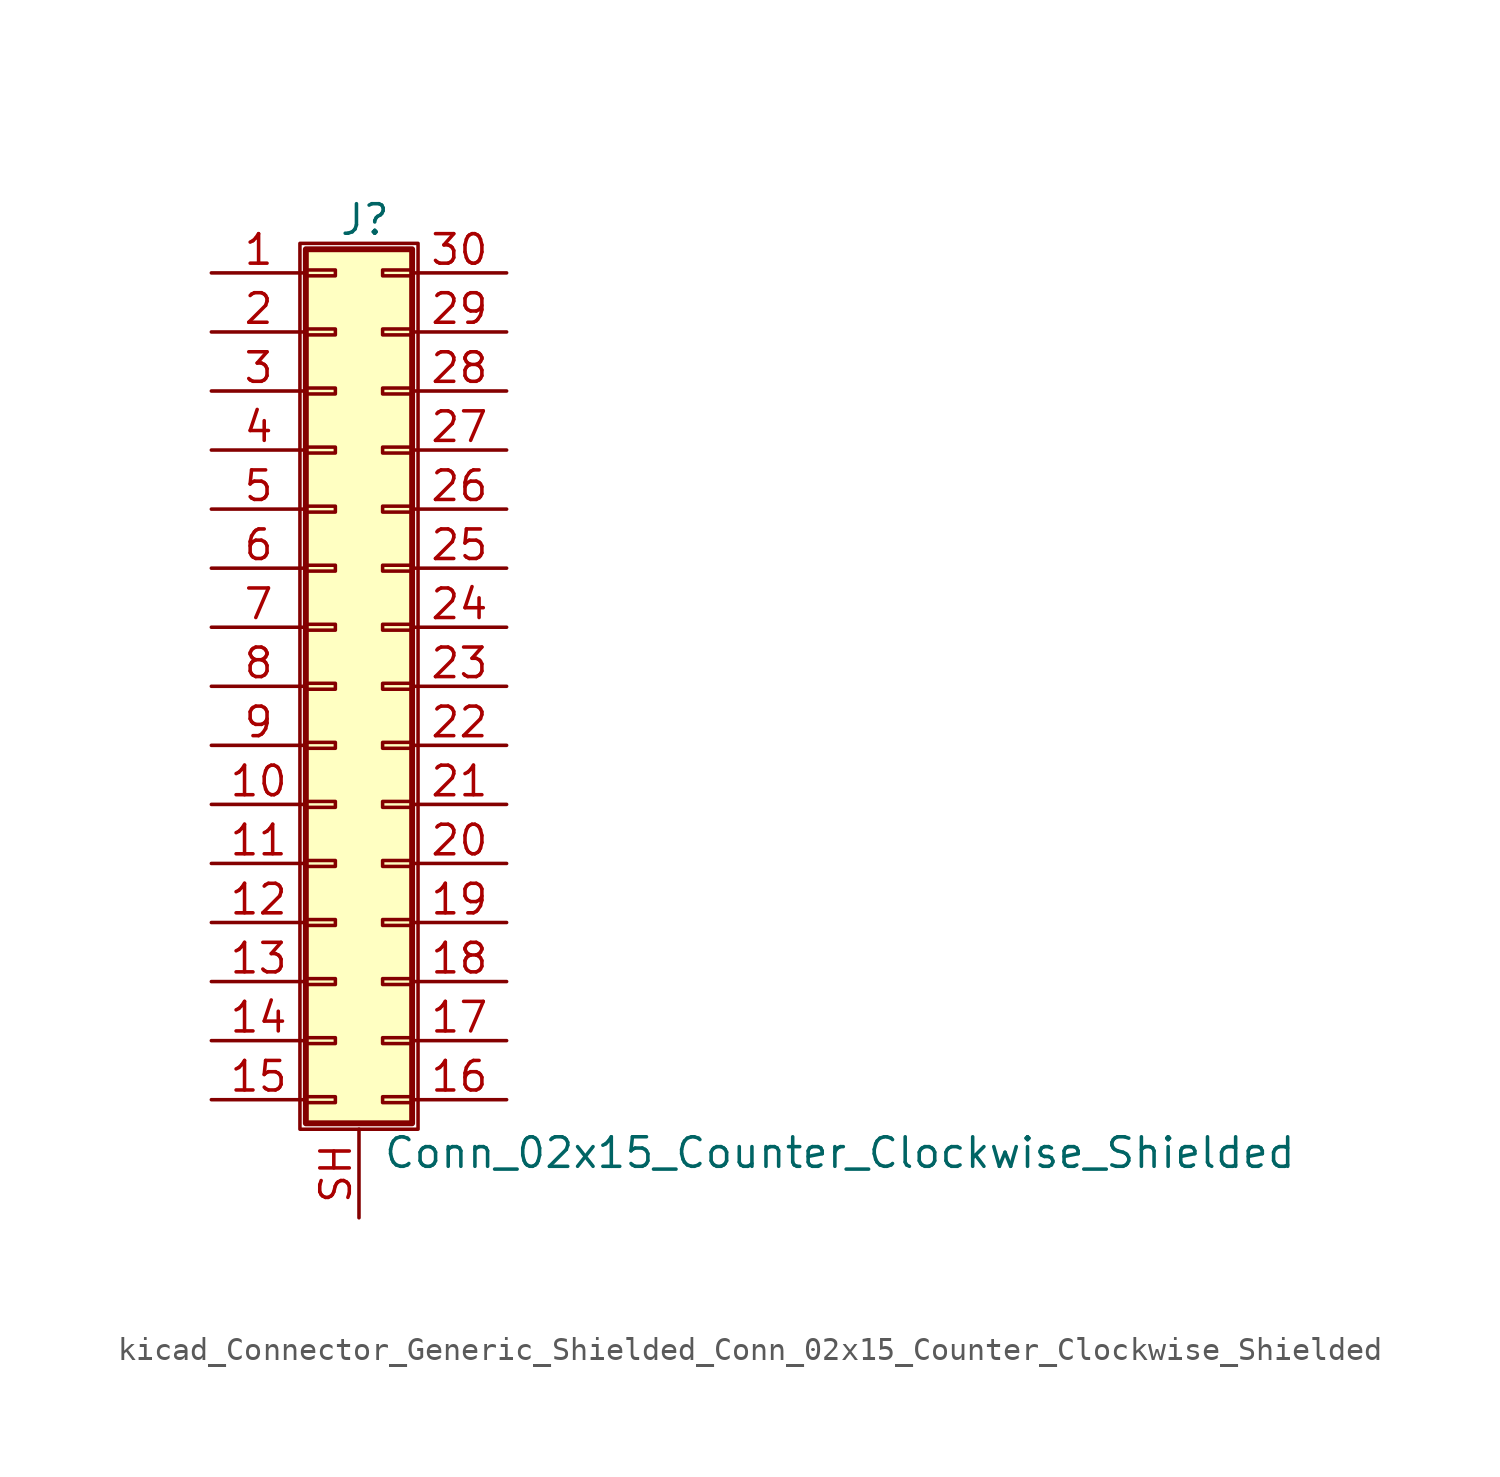
<source format=kicad_sym>
(kicad_symbol_lib
  (version 20220914)
  (generator kicad_symbol_editor)
  (symbol "kicad_Connector_Generic_Shielded_Conn_02x15_Counter_Clockwise_Shielded"
    (pin_names
      (offset 1.016) hide)
    (property "Reference" "J"
      (at 1.524 20.066 0)
      (effects (font (size 1.27 1.27))))
    (property "Value" "Conn_02x15_Counter_Clockwise_Shielded"
      (at 2.286 -20.066 0)
      (effects (font (size 1.27 1.27)) (justify left)))
    (symbol "kicad_Connector_Generic_Shielded_Conn_02x15_Counter_Clockwise_Shielded_1_1"
      (rectangle (start -1.27 19.05) (end 3.81 -19.05) (stroke (width 0.152) (type default)) (fill (type none)))
      (rectangle (start -1.016 -17.653) (end 0.254 -17.907) (stroke (width 0.152) (type default)) (fill (type none)))
      (rectangle (start -1.016 -15.113) (end 0.254 -15.367) (stroke (width 0.152) (type default)) (fill (type none)))
      (rectangle (start -1.016 -12.573) (end 0.254 -12.827) (stroke (width 0.152) (type default)) (fill (type none)))
      (rectangle (start -1.016 -10.033) (end 0.254 -10.287) (stroke (width 0.152) (type default)) (fill (type none)))
      (rectangle (start -1.016 -7.493) (end 0.254 -7.747) (stroke (width 0.152) (type default)) (fill (type none)))
      (rectangle (start -1.016 -4.953) (end 0.254 -5.207) (stroke (width 0.152) (type default)) (fill (type none)))
      (rectangle (start -1.016 -2.413) (end 0.254 -2.667) (stroke (width 0.152) (type default)) (fill (type none)))
      (rectangle (start -1.016 0.127) (end 0.254 -0.127) (stroke (width 0.152) (type default)) (fill (type none)))
      (rectangle (start -1.016 2.667) (end 0.254 2.413) (stroke (width 0.152) (type default)) (fill (type none)))
      (rectangle (start -1.016 5.207) (end 0.254 4.953) (stroke (width 0.152) (type default)) (fill (type none)))
      (rectangle (start -1.016 7.747) (end 0.254 7.493) (stroke (width 0.152) (type default)) (fill (type none)))
      (rectangle (start -1.016 10.287) (end 0.254 10.033) (stroke (width 0.152) (type default)) (fill (type none)))
      (rectangle (start -1.016 12.827) (end 0.254 12.573) (stroke (width 0.152) (type default)) (fill (type none)))
      (rectangle (start -1.016 15.367) (end 0.254 15.113) (stroke (width 0.152) (type default)) (fill (type none)))
      (rectangle (start -1.016 17.907) (end 0.254 17.653) (stroke (width 0.152) (type default)) (fill (type none)))
      (rectangle (start -1.016 18.796) (end 3.556 -18.796) (stroke (width 0.254) (type default)) (fill (type background)))
      (rectangle (start 3.556 -17.653) (end 2.286 -17.907) (stroke (width 0.152) (type default)) (fill (type none)))
      (rectangle (start 3.556 -15.113) (end 2.286 -15.367) (stroke (width 0.152) (type default)) (fill (type none)))
      (rectangle (start 3.556 -12.573) (end 2.286 -12.827) (stroke (width 0.152) (type default)) (fill (type none)))
      (rectangle (start 3.556 -10.033) (end 2.286 -10.287) (stroke (width 0.152) (type default)) (fill (type none)))
      (rectangle (start 3.556 -7.493) (end 2.286 -7.747) (stroke (width 0.152) (type default)) (fill (type none)))
      (rectangle (start 3.556 -4.953) (end 2.286 -5.207) (stroke (width 0.152) (type default)) (fill (type none)))
      (rectangle (start 3.556 -2.413) (end 2.286 -2.667) (stroke (width 0.152) (type default)) (fill (type none)))
      (rectangle (start 3.556 0.127) (end 2.286 -0.127) (stroke (width 0.152) (type default)) (fill (type none)))
      (rectangle (start 3.556 2.667) (end 2.286 2.413) (stroke (width 0.152) (type default)) (fill (type none)))
      (rectangle (start 3.556 5.207) (end 2.286 4.953) (stroke (width 0.152) (type default)) (fill (type none)))
      (rectangle (start 3.556 7.747) (end 2.286 7.493) (stroke (width 0.152) (type default)) (fill (type none)))
      (rectangle (start 3.556 10.287) (end 2.286 10.033) (stroke (width 0.152) (type default)) (fill (type none)))
      (rectangle (start 3.556 12.827) (end 2.286 12.573) (stroke (width 0.152) (type default)) (fill (type none)))
      (rectangle (start 3.556 15.367) (end 2.286 15.113) (stroke (width 0.152) (type default)) (fill (type none)))
      (rectangle (start 3.556 17.907) (end 2.286 17.653) (stroke (width 0.152) (type default)) (fill (type none)))
      (pin passive line (at -5.08 17.78 0) (length 4.064) (name "Pin_1" (effects (font (size 1.27 1.27)))) (number "1" (effects (font (size 1.27 1.27)))))
      (pin passive line (at -5.08 -5.08 0) (length 4.064) (name "Pin_10" (effects (font (size 1.27 1.27)))) (number "10" (effects (font (size 1.27 1.27)))))
      (pin passive line (at -5.08 -7.62 0) (length 4.064) (name "Pin_11" (effects (font (size 1.27 1.27)))) (number "11" (effects (font (size 1.27 1.27)))))
      (pin passive line (at -5.08 -10.16 0) (length 4.064) (name "Pin_12" (effects (font (size 1.27 1.27)))) (number "12" (effects (font (size 1.27 1.27)))))
      (pin passive line (at -5.08 -12.7 0) (length 4.064) (name "Pin_13" (effects (font (size 1.27 1.27)))) (number "13" (effects (font (size 1.27 1.27)))))
      (pin passive line (at -5.08 -15.24 0) (length 4.064) (name "Pin_14" (effects (font (size 1.27 1.27)))) (number "14" (effects (font (size 1.27 1.27)))))
      (pin passive line (at -5.08 -17.78 0) (length 4.064) (name "Pin_15" (effects (font (size 1.27 1.27)))) (number "15" (effects (font (size 1.27 1.27)))))
      (pin passive line (at 7.62 -17.78 180) (length 4.064) (name "Pin_16" (effects (font (size 1.27 1.27)))) (number "16" (effects (font (size 1.27 1.27)))))
      (pin passive line (at 7.62 -15.24 180) (length 4.064) (name "Pin_17" (effects (font (size 1.27 1.27)))) (number "17" (effects (font (size 1.27 1.27)))))
      (pin passive line (at 7.62 -12.7 180) (length 4.064) (name "Pin_18" (effects (font (size 1.27 1.27)))) (number "18" (effects (font (size 1.27 1.27)))))
      (pin passive line (at 7.62 -10.16 180) (length 4.064) (name "Pin_19" (effects (font (size 1.27 1.27)))) (number "19" (effects (font (size 1.27 1.27)))))
      (pin passive line (at -5.08 15.24 0) (length 4.064) (name "Pin_2" (effects (font (size 1.27 1.27)))) (number "2" (effects (font (size 1.27 1.27)))))
      (pin passive line (at 7.62 -7.62 180) (length 4.064) (name "Pin_20" (effects (font (size 1.27 1.27)))) (number "20" (effects (font (size 1.27 1.27)))))
      (pin passive line (at 7.62 -5.08 180) (length 4.064) (name "Pin_21" (effects (font (size 1.27 1.27)))) (number "21" (effects (font (size 1.27 1.27)))))
      (pin passive line (at 7.62 -2.54 180) (length 4.064) (name "Pin_22" (effects (font (size 1.27 1.27)))) (number "22" (effects (font (size 1.27 1.27)))))
      (pin passive line (at 7.62 0 180) (length 4.064) (name "Pin_23" (effects (font (size 1.27 1.27)))) (number "23" (effects (font (size 1.27 1.27)))))
      (pin passive line (at 7.62 2.54 180) (length 4.064) (name "Pin_24" (effects (font (size 1.27 1.27)))) (number "24" (effects (font (size 1.27 1.27)))))
      (pin passive line (at 7.62 5.08 180) (length 4.064) (name "Pin_25" (effects (font (size 1.27 1.27)))) (number "25" (effects (font (size 1.27 1.27)))))
      (pin passive line (at 7.62 7.62 180) (length 4.064) (name "Pin_26" (effects (font (size 1.27 1.27)))) (number "26" (effects (font (size 1.27 1.27)))))
      (pin passive line (at 7.62 10.16 180) (length 4.064) (name "Pin_27" (effects (font (size 1.27 1.27)))) (number "27" (effects (font (size 1.27 1.27)))))
      (pin passive line (at 7.62 12.7 180) (length 4.064) (name "Pin_28" (effects (font (size 1.27 1.27)))) (number "28" (effects (font (size 1.27 1.27)))))
      (pin passive line (at 7.62 15.24 180) (length 4.064) (name "Pin_29" (effects (font (size 1.27 1.27)))) (number "29" (effects (font (size 1.27 1.27)))))
      (pin passive line (at -5.08 12.7 0) (length 4.064) (name "Pin_3" (effects (font (size 1.27 1.27)))) (number "3" (effects (font (size 1.27 1.27)))))
      (pin passive line (at 7.62 17.78 180) (length 4.064) (name "Pin_30" (effects (font (size 1.27 1.27)))) (number "30" (effects (font (size 1.27 1.27)))))
      (pin passive line (at -5.08 10.16 0) (length 4.064) (name "Pin_4" (effects (font (size 1.27 1.27)))) (number "4" (effects (font (size 1.27 1.27)))))
      (pin passive line (at -5.08 7.62 0) (length 4.064) (name "Pin_5" (effects (font (size 1.27 1.27)))) (number "5" (effects (font (size 1.27 1.27)))))
      (pin passive line (at -5.08 5.08 0) (length 4.064) (name "Pin_6" (effects (font (size 1.27 1.27)))) (number "6" (effects (font (size 1.27 1.27)))))
      (pin passive line (at -5.08 2.54 0) (length 4.064) (name "Pin_7" (effects (font (size 1.27 1.27)))) (number "7" (effects (font (size 1.27 1.27)))))
      (pin passive line (at -5.08 0 0) (length 4.064) (name "Pin_8" (effects (font (size 1.27 1.27)))) (number "8" (effects (font (size 1.27 1.27)))))
      (pin passive line (at -5.08 -2.54 0) (length 4.064) (name "Pin_9" (effects (font (size 1.27 1.27)))) (number "9" (effects (font (size 1.27 1.27)))))
      (pin passive line (at 1.27 -22.86 90) (length 3.81) (name "Shield" (effects (font (size 1.27 1.27)))) (number "SH" (effects (font (size 1.27 1.27))))))))
</source>
